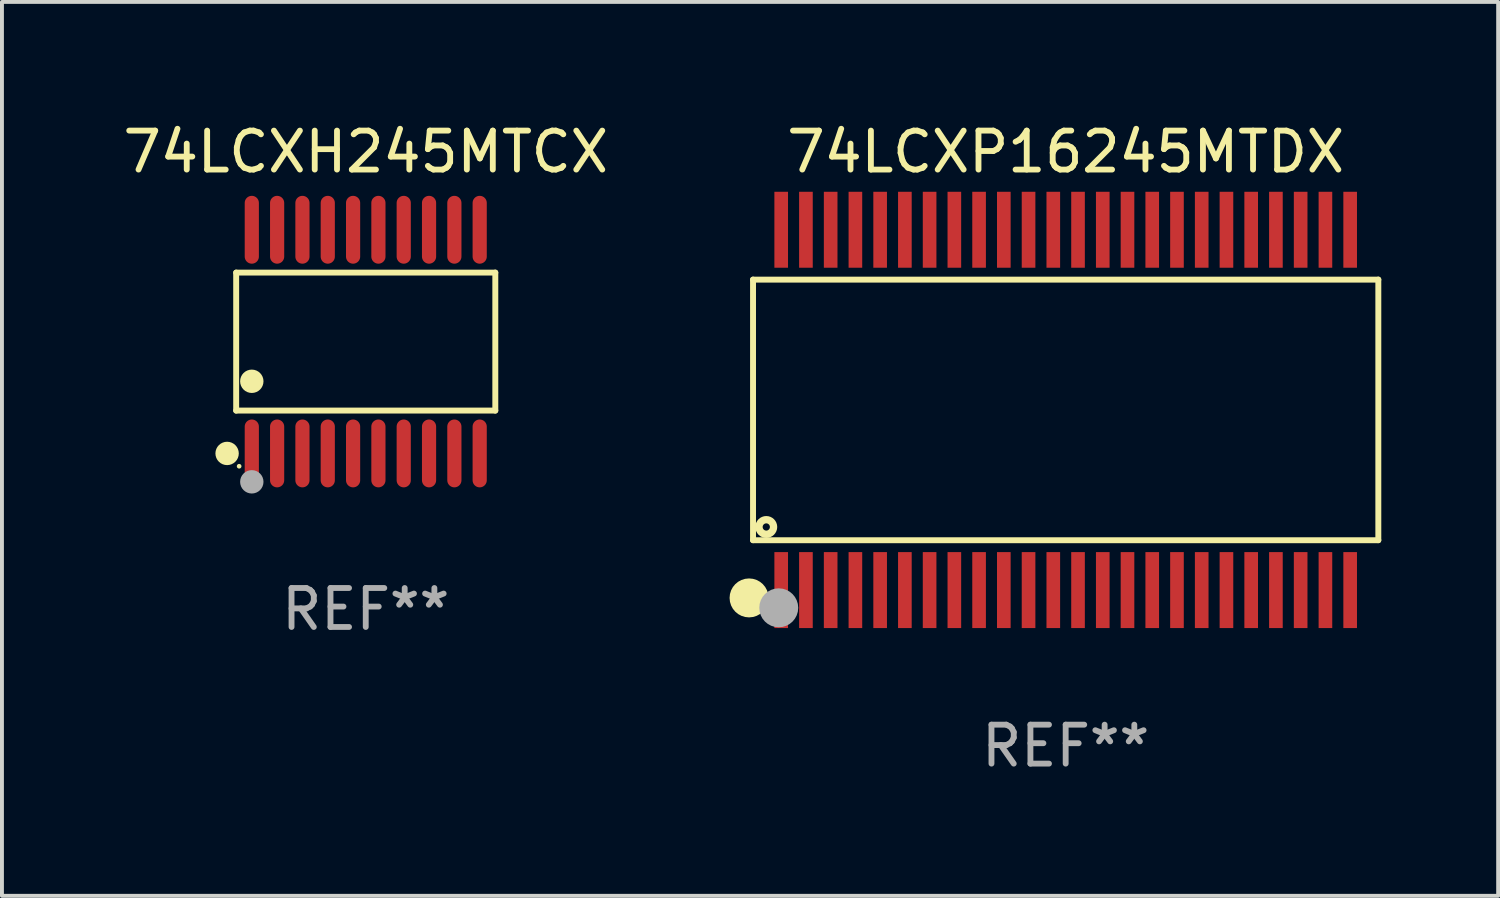
<source format=kicad_pcb>
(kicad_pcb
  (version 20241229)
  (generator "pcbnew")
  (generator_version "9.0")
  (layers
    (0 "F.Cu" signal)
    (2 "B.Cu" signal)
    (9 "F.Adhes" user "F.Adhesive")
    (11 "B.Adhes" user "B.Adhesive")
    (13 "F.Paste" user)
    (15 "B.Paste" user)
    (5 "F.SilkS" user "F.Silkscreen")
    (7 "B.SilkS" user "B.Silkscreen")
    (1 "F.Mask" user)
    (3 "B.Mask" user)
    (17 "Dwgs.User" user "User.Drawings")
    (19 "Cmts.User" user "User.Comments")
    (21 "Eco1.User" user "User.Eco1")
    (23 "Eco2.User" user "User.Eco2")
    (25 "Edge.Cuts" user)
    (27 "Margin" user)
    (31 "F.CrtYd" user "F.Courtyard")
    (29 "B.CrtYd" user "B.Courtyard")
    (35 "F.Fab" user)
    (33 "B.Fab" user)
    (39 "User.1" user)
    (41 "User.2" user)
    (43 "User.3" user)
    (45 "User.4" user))
  (footprint "74LCXP16245MTDX"
    (layer "F.Cu")
    (at 24.307 7.473)
    (property "Reference" "74LCXP16245MTDX" (at 0 -6.625 0) (layer "F.SilkS") (effects (font (size 1 1) (thickness 0.15))))
    (attr through_hole)
    (fp_line (start -8.026 -3.345) (end 8.026 -3.345) (stroke (width 0.152) (type solid)) (layer "F.SilkS"))
    (fp_line (start -8.026 3.345) (end -8.026 -3.345) (stroke (width 0.152) (type solid)) (layer "F.SilkS"))
    (fp_line (start 8.026 -3.345) (end 8.026 3.345) (stroke (width 0.152) (type solid)) (layer "F.SilkS"))
    (fp_line (start 8.026 3.345) (end -8.026 3.345) (stroke (width 0.152) (type solid)) (layer "F.SilkS"))
    (fp_circle (center -8.128 4.826) (end -7.878 4.826) (stroke (width 0.5) (type solid)) (fill no) (layer "F.SilkS"))
    (fp_circle (center -7.95 5.15) (end -7.92 5.15) (stroke (width 0.06) (type solid)) (fill no) (layer "F.SilkS"))
    (fp_circle (center -7.686 3.005) (end -7.593 3.005) (stroke (width 0.188) (type solid)) (fill no) (layer "F.SilkS"))
    (fp_circle (center -7.366 5.08) (end -7.116 5.08) (stroke (width 0.5) (type solid)) (fill no) (layer "F.Fab"))
    (fp_text user "REF**" (at 0 8.625 0) (layer "F.Fab") (effects (font (size 1 1) (thickness 0.15))))
    (pad "1" smd rect (at -7.303 4.625) (size 0.35 1.95) (layers "F.Cu" "F.Mask" "F.Paste"))
    (pad "2" smd rect (at -6.668 4.625) (size 0.35 1.95) (layers "F.Cu" "F.Mask" "F.Paste"))
    (pad "3" smd rect (at -6.033 4.625) (size 0.35 1.95) (layers "F.Cu" "F.Mask" "F.Paste"))
    (pad "4" smd rect (at -5.398 4.625) (size 0.35 1.95) (layers "F.Cu" "F.Mask" "F.Paste"))
    (pad "5" smd rect (at -4.763 4.625) (size 0.35 1.95) (layers "F.Cu" "F.Mask" "F.Paste"))
    (pad "6" smd rect (at -4.128 4.625) (size 0.35 1.95) (layers "F.Cu" "F.Mask" "F.Paste"))
    (pad "7" smd rect (at -3.493 4.625) (size 0.35 1.95) (layers "F.Cu" "F.Mask" "F.Paste"))
    (pad "8" smd rect (at -2.858 4.625) (size 0.35 1.95) (layers "F.Cu" "F.Mask" "F.Paste"))
    (pad "9" smd rect (at -2.223 4.625) (size 0.35 1.95) (layers "F.Cu" "F.Mask" "F.Paste"))
    (pad "10" smd rect (at -1.588 4.625) (size 0.35 1.95) (layers "F.Cu" "F.Mask" "F.Paste"))
    (pad "11" smd rect (at -0.953 4.625) (size 0.35 1.95) (layers "F.Cu" "F.Mask" "F.Paste"))
    (pad "12" smd rect (at -0.318 4.625) (size 0.35 1.95) (layers "F.Cu" "F.Mask" "F.Paste"))
    (pad "13" smd rect (at 0.317 4.625) (size 0.35 1.95) (layers "F.Cu" "F.Mask" "F.Paste"))
    (pad "14" smd rect (at 0.952 4.625) (size 0.35 1.95) (layers "F.Cu" "F.Mask" "F.Paste"))
    (pad "15" smd rect (at 1.587 4.625) (size 0.35 1.95) (layers "F.Cu" "F.Mask" "F.Paste"))
    (pad "16" smd rect (at 2.222 4.625) (size 0.35 1.95) (layers "F.Cu" "F.Mask" "F.Paste"))
    (pad "17" smd rect (at 2.857 4.625) (size 0.35 1.95) (layers "F.Cu" "F.Mask" "F.Paste"))
    (pad "18" smd rect (at 3.492 4.625) (size 0.35 1.95) (layers "F.Cu" "F.Mask" "F.Paste"))
    (pad "19" smd rect (at 4.127 4.625) (size 0.35 1.95) (layers "F.Cu" "F.Mask" "F.Paste"))
    (pad "20" smd rect (at 4.762 4.625) (size 0.35 1.95) (layers "F.Cu" "F.Mask" "F.Paste"))
    (pad "21" smd rect (at 5.397 4.625) (size 0.35 1.95) (layers "F.Cu" "F.Mask" "F.Paste"))
    (pad "22" smd rect (at 6.032 4.625) (size 0.35 1.95) (layers "F.Cu" "F.Mask" "F.Paste"))
    (pad "23" smd rect (at 6.668 4.625) (size 0.35 1.95) (layers "F.Cu" "F.Mask" "F.Paste"))
    (pad "24" smd rect (at 7.303 4.625) (size 0.35 1.95) (layers "F.Cu" "F.Mask" "F.Paste"))
    (pad "25" smd rect (at 7.303 -4.625) (size 0.35 1.95) (layers "F.Cu" "F.Mask" "F.Paste"))
    (pad "26" smd rect (at 6.668 -4.625) (size 0.35 1.95) (layers "F.Cu" "F.Mask" "F.Paste"))
    (pad "27" smd rect (at 6.032 -4.625) (size 0.35 1.95) (layers "F.Cu" "F.Mask" "F.Paste"))
    (pad "28" smd rect (at 5.397 -4.625) (size 0.35 1.95) (layers "F.Cu" "F.Mask" "F.Paste"))
    (pad "29" smd rect (at 4.762 -4.625) (size 0.35 1.95) (layers "F.Cu" "F.Mask" "F.Paste"))
    (pad "30" smd rect (at 4.127 -4.625) (size 0.35 1.95) (layers "F.Cu" "F.Mask" "F.Paste"))
    (pad "31" smd rect (at 3.492 -4.625) (size 0.35 1.95) (layers "F.Cu" "F.Mask" "F.Paste"))
    (pad "32" smd rect (at 2.857 -4.625) (size 0.35 1.95) (layers "F.Cu" "F.Mask" "F.Paste"))
    (pad "33" smd rect (at 2.222 -4.625) (size 0.35 1.95) (layers "F.Cu" "F.Mask" "F.Paste"))
    (pad "34" smd rect (at 1.587 -4.625) (size 0.35 1.95) (layers "F.Cu" "F.Mask" "F.Paste"))
    (pad "35" smd rect (at 0.952 -4.625) (size 0.35 1.95) (layers "F.Cu" "F.Mask" "F.Paste"))
    (pad "36" smd rect (at 0.317 -4.625) (size 0.35 1.95) (layers "F.Cu" "F.Mask" "F.Paste"))
    (pad "37" smd rect (at -0.318 -4.625) (size 0.35 1.95) (layers "F.Cu" "F.Mask" "F.Paste"))
    (pad "38" smd rect (at -0.953 -4.625) (size 0.35 1.95) (layers "F.Cu" "F.Mask" "F.Paste"))
    (pad "39" smd rect (at -1.588 -4.625) (size 0.35 1.95) (layers "F.Cu" "F.Mask" "F.Paste"))
    (pad "40" smd rect (at -2.223 -4.625) (size 0.35 1.95) (layers "F.Cu" "F.Mask" "F.Paste"))
    (pad "41" smd rect (at -2.858 -4.625) (size 0.35 1.95) (layers "F.Cu" "F.Mask" "F.Paste"))
    (pad "42" smd rect (at -3.493 -4.625) (size 0.35 1.95) (layers "F.Cu" "F.Mask" "F.Paste"))
    (pad "43" smd rect (at -4.128 -4.625) (size 0.35 1.95) (layers "F.Cu" "F.Mask" "F.Paste"))
    (pad "44" smd rect (at -4.763 -4.625) (size 0.35 1.95) (layers "F.Cu" "F.Mask" "F.Paste"))
    (pad "45" smd rect (at -5.398 -4.625) (size 0.35 1.95) (layers "F.Cu" "F.Mask" "F.Paste"))
    (pad "46" smd rect (at -6.033 -4.625) (size 0.35 1.95) (layers "F.Cu" "F.Mask" "F.Paste"))
    (pad "47" smd rect (at -6.668 -4.625) (size 0.35 1.95) (layers "F.Cu" "F.Mask" "F.Paste"))
    (pad "48" smd rect (at -7.303 -4.625) (size 0.35 1.95) (layers "F.Cu" "F.Mask" "F.Paste")))
  (footprint "74LCXH245MTCX"
    (layer "F.Cu")
    (at 6.339 5.719)
    (property "Reference" "74LCXH245MTCX" (at 0 -4.871 0) (layer "F.SilkS") (effects (font (size 1 1) (thickness 0.15))))
    (attr through_hole)
    (fp_line (start -3.326 -1.771) (end 3.326 -1.771) (stroke (width 0.152) (type solid)) (layer "F.SilkS"))
    (fp_line (start -3.326 1.771) (end -3.326 -1.771) (stroke (width 0.152) (type solid)) (layer "F.SilkS"))
    (fp_line (start 3.326 -1.771) (end 3.326 1.771) (stroke (width 0.152) (type solid)) (layer "F.SilkS"))
    (fp_line (start 3.326 1.771) (end -3.326 1.771) (stroke (width 0.152) (type solid)) (layer "F.SilkS"))
    (fp_circle (center -3.559 2.871) (end -3.409 2.871) (stroke (width 0.3) (type solid)) (fill no) (layer "F.SilkS"))
    (fp_circle (center -3.25 3.2) (end -3.22 3.2) (stroke (width 0.06) (type solid)) (fill no) (layer "F.SilkS"))
    (fp_circle (center -2.925 1.019) (end -2.775 1.019) (stroke (width 0.3) (type solid)) (fill no) (layer "F.SilkS"))
    (fp_circle (center -2.925 3.6) (end -2.775 3.6) (stroke (width 0.3) (type solid)) (fill no) (layer "F.Fab"))
    (fp_text user "REF**" (at 0 6.871 0) (layer "F.Fab") (effects (font (size 1 1) (thickness 0.15))))
    (pad "1" smd oval (at -2.925 2.871) (size 0.364 1.742) (layers "F.Cu" "F.Mask" "F.Paste"))
    (pad "2" smd oval (at -2.275 2.871) (size 0.364 1.742) (layers "F.Cu" "F.Mask" "F.Paste"))
    (pad "3" smd oval (at -1.625 2.871) (size 0.364 1.742) (layers "F.Cu" "F.Mask" "F.Paste"))
    (pad "4" smd oval (at -0.975 2.871) (size 0.364 1.742) (layers "F.Cu" "F.Mask" "F.Paste"))
    (pad "5" smd oval (at -0.325 2.871) (size 0.364 1.742) (layers "F.Cu" "F.Mask" "F.Paste"))
    (pad "6" smd oval (at 0.325 2.871) (size 0.364 1.742) (layers "F.Cu" "F.Mask" "F.Paste"))
    (pad "7" smd oval (at 0.975 2.871) (size 0.364 1.742) (layers "F.Cu" "F.Mask" "F.Paste"))
    (pad "8" smd oval (at 1.625 2.871) (size 0.364 1.742) (layers "F.Cu" "F.Mask" "F.Paste"))
    (pad "9" smd oval (at 2.275 2.871) (size 0.364 1.742) (layers "F.Cu" "F.Mask" "F.Paste"))
    (pad "10" smd oval (at 2.925 2.871) (size 0.364 1.742) (layers "F.Cu" "F.Mask" "F.Paste"))
    (pad "11" smd oval (at 2.925 -2.871) (size 0.364 1.742) (layers "F.Cu" "F.Mask" "F.Paste"))
    (pad "12" smd oval (at 2.275 -2.871) (size 0.364 1.742) (layers "F.Cu" "F.Mask" "F.Paste"))
    (pad "13" smd oval (at 1.625 -2.871) (size 0.364 1.742) (layers "F.Cu" "F.Mask" "F.Paste"))
    (pad "14" smd oval (at 0.975 -2.871) (size 0.364 1.742) (layers "F.Cu" "F.Mask" "F.Paste"))
    (pad "15" smd oval (at 0.325 -2.871) (size 0.364 1.742) (layers "F.Cu" "F.Mask" "F.Paste"))
    (pad "16" smd oval (at -0.325 -2.871) (size 0.364 1.742) (layers "F.Cu" "F.Mask" "F.Paste"))
    (pad "17" smd oval (at -0.975 -2.871) (size 0.364 1.742) (layers "F.Cu" "F.Mask" "F.Paste"))
    (pad "18" smd oval (at -1.625 -2.871) (size 0.364 1.742) (layers "F.Cu" "F.Mask" "F.Paste"))
    (pad "19" smd oval (at -2.275 -2.871) (size 0.364 1.742) (layers "F.Cu" "F.Mask" "F.Paste"))
    (pad "20" smd oval (at -2.925 -2.871) (size 0.364 1.742) (layers "F.Cu" "F.Mask" "F.Paste")))
  (gr_rect
    (start -3 -3)
    (end 35.409 19.947)
    (stroke (width 0.1) (type default))
    (fill no)
    (layer "Edge.Cuts")))
</source>
